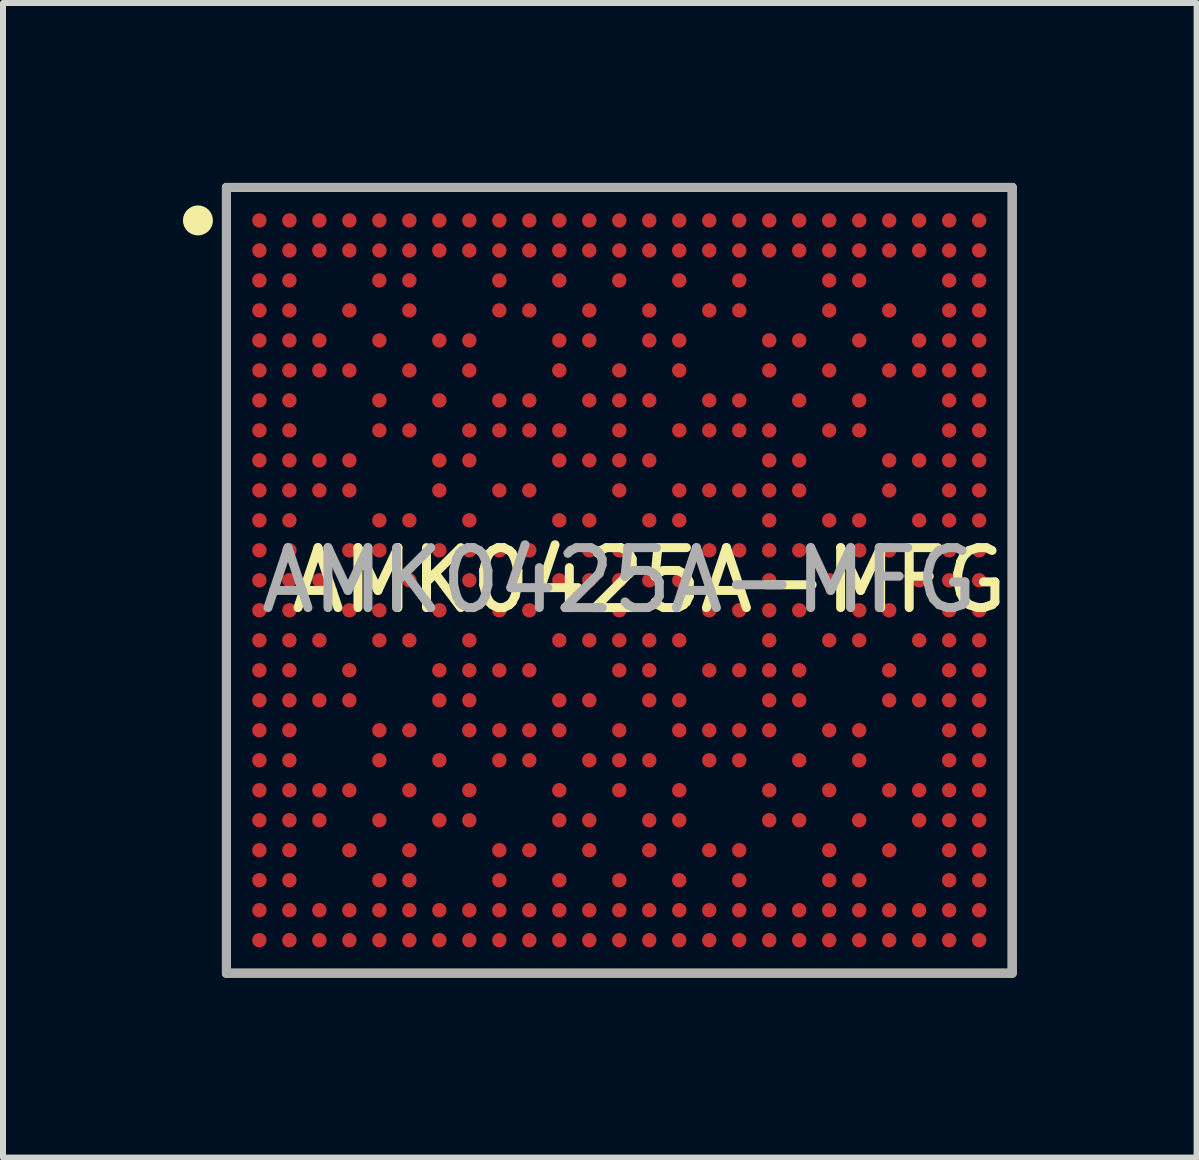
<source format=kicad_pcb>
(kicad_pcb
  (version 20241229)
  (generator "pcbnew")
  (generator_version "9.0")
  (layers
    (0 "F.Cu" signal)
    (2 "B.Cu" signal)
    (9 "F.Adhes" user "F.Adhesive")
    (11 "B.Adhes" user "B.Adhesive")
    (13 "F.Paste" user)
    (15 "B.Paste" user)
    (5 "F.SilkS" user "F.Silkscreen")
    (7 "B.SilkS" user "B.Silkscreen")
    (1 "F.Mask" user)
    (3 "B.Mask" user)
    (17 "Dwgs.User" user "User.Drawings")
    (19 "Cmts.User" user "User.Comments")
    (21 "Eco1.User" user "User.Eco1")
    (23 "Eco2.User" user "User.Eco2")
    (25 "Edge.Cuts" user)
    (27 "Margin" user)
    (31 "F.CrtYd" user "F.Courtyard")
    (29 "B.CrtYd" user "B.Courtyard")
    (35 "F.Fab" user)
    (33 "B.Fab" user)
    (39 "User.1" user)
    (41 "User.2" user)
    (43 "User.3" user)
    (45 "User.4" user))
  (footprint "AMK0425A-MFG"
    (layer "F.Cu")
    (at 7.275 6.625)
    (property "Reference" "AMK0425A-MFG" (at 0.5 0 0) (unlocked yes) (layer "F.SilkS") (effects (font (size 1 1) (thickness 0.15))))
    (attr smd)
    (fp_line (start -6.55 -6.55) (end 6.55 -6.55) (stroke (width 0.15) (type solid)) (layer "F.SilkS"))
    (fp_line (start -6.55 6.55) (end -6.55 -6.55) (stroke (width 0.15) (type solid)) (layer "F.SilkS"))
    (fp_line (start -6.55 6.55) (end 6.55 6.55) (stroke (width 0.15) (type solid)) (layer "F.SilkS"))
    (fp_line (start 6.55 6.55) (end 6.55 -6.55) (stroke (width 0.15) (type solid)) (layer "F.SilkS"))
    (fp_circle (center -7.025 -6) (end -6.9 -6) (stroke (width 0.25) (type solid)) (fill no) (layer "F.SilkS"))
    (fp_line (start -6.55 -6.55) (end 6.55 -6.55) (stroke (width 0.15) (type solid)) (layer "F.Fab"))
    (fp_line (start -6.55 6.55) (end -6.55 -6.55) (stroke (width 0.15) (type solid)) (layer "F.Fab"))
    (fp_line (start -6.55 6.55) (end 6.55 6.55) (stroke (width 0.15) (type solid)) (layer "F.Fab"))
    (fp_line (start 6.55 6.55) (end 6.55 -6.55) (stroke (width 0.15) (type solid)) (layer "F.Fab"))
    (fp_text user "${REFERENCE}" (at 0 0 0) (unlocked yes) (layer "F.Fab") (effects (font (size 1 1) (thickness 0.15))))
    (pad "A1" smd circle (at -6 -6) (size 0.24 0.24) (layers "F.Cu" "F.Mask" "F.Paste"))
    (pad "A2" smd circle (at -5.5 -6) (size 0.24 0.24) (layers "F.Cu" "F.Mask" "F.Paste"))
    (pad "A3" smd circle (at -5 -6) (size 0.24 0.24) (layers "F.Cu" "F.Mask" "F.Paste"))
    (pad "A4" smd circle (at -4.5 -6) (size 0.24 0.24) (layers "F.Cu" "F.Mask" "F.Paste"))
    (pad "A5" smd circle (at -4 -6) (size 0.24 0.24) (layers "F.Cu" "F.Mask" "F.Paste"))
    (pad "A6" smd circle (at -3.5 -6) (size 0.24 0.24) (layers "F.Cu" "F.Mask" "F.Paste"))
    (pad "A7" smd circle (at -3 -6) (size 0.24 0.24) (layers "F.Cu" "F.Mask" "F.Paste"))
    (pad "A8" smd circle (at -2.5 -6) (size 0.24 0.24) (layers "F.Cu" "F.Mask" "F.Paste"))
    (pad "A9" smd circle (at -2 -6) (size 0.24 0.24) (layers "F.Cu" "F.Mask" "F.Paste"))
    (pad "A10" smd circle (at -1.5 -6) (size 0.24 0.24) (layers "F.Cu" "F.Mask" "F.Paste"))
    (pad "A11" smd circle (at -1 -6) (size 0.24 0.24) (layers "F.Cu" "F.Mask" "F.Paste"))
    (pad "A12" smd circle (at -0.5 -6) (size 0.24 0.24) (layers "F.Cu" "F.Mask" "F.Paste"))
    (pad "A13" smd circle (at 0 -6) (size 0.24 0.24) (layers "F.Cu" "F.Mask" "F.Paste"))
    (pad "A14" smd circle (at 0.5 -6) (size 0.24 0.24) (layers "F.Cu" "F.Mask" "F.Paste"))
    (pad "A15" smd circle (at 1 -6) (size 0.24 0.24) (layers "F.Cu" "F.Mask" "F.Paste"))
    (pad "A16" smd circle (at 1.5 -6) (size 0.24 0.24) (layers "F.Cu" "F.Mask" "F.Paste"))
    (pad "A17" smd circle (at 2 -6) (size 0.24 0.24) (layers "F.Cu" "F.Mask" "F.Paste"))
    (pad "A18" smd circle (at 2.5 -6) (size 0.24 0.24) (layers "F.Cu" "F.Mask" "F.Paste"))
    (pad "A19" smd circle (at 3 -6) (size 0.24 0.24) (layers "F.Cu" "F.Mask" "F.Paste"))
    (pad "A20" smd circle (at 3.5 -6) (size 0.24 0.24) (layers "F.Cu" "F.Mask" "F.Paste"))
    (pad "A21" smd circle (at 4 -6) (size 0.24 0.24) (layers "F.Cu" "F.Mask" "F.Paste"))
    (pad "A22" smd circle (at 4.5 -6) (size 0.24 0.24) (layers "F.Cu" "F.Mask" "F.Paste"))
    (pad "A23" smd circle (at 5 -6) (size 0.24 0.24) (layers "F.Cu" "F.Mask" "F.Paste"))
    (pad "A24" smd circle (at 5.5 -6) (size 0.24 0.24) (layers "F.Cu" "F.Mask" "F.Paste"))
    (pad "A25" smd circle (at 6 -6) (size 0.24 0.24) (layers "F.Cu" "F.Mask" "F.Paste"))
    (pad "AA1" smd circle (at -6 4) (size 0.24 0.24) (layers "F.Cu" "F.Mask" "F.Paste"))
    (pad "AA2" smd circle (at -5.5 4) (size 0.24 0.24) (layers "F.Cu" "F.Mask" "F.Paste"))
    (pad "AA3" smd circle (at -5 4) (size 0.24 0.24) (layers "F.Cu" "F.Mask" "F.Paste"))
    (pad "AA5" smd circle (at -4 4) (size 0.24 0.24) (layers "F.Cu" "F.Mask" "F.Paste"))
    (pad "AA7" smd circle (at -3 4) (size 0.24 0.24) (layers "F.Cu" "F.Mask" "F.Paste"))
    (pad "AA8" smd circle (at -2.5 4) (size 0.24 0.24) (layers "F.Cu" "F.Mask" "F.Paste"))
    (pad "AA11" smd circle (at -1 4) (size 0.24 0.24) (layers "F.Cu" "F.Mask" "F.Paste"))
    (pad "AA12" smd circle (at -0.5 4) (size 0.24 0.24) (layers "F.Cu" "F.Mask" "F.Paste"))
    (pad "AA14" smd circle (at 0.5 4) (size 0.24 0.24) (layers "F.Cu" "F.Mask" "F.Paste"))
    (pad "AA15" smd circle (at 1 4) (size 0.24 0.24) (layers "F.Cu" "F.Mask" "F.Paste"))
    (pad "AA18" smd circle (at 2.5 4) (size 0.24 0.24) (layers "F.Cu" "F.Mask" "F.Paste"))
    (pad "AA19" smd circle (at 3 4) (size 0.24 0.24) (layers "F.Cu" "F.Mask" "F.Paste"))
    (pad "AA21" smd circle (at 4 4) (size 0.24 0.24) (layers "F.Cu" "F.Mask" "F.Paste"))
    (pad "AA23" smd circle (at 5 4) (size 0.24 0.24) (layers "F.Cu" "F.Mask" "F.Paste"))
    (pad "AA24" smd circle (at 5.5 4) (size 0.24 0.24) (layers "F.Cu" "F.Mask" "F.Paste"))
    (pad "AA25" smd circle (at 6 4) (size 0.24 0.24) (layers "F.Cu" "F.Mask" "F.Paste"))
    (pad "AB1" smd circle (at -6 4.5) (size 0.24 0.24) (layers "F.Cu" "F.Mask" "F.Paste"))
    (pad "AB2" smd circle (at -5.5 4.5) (size 0.24 0.24) (layers "F.Cu" "F.Mask" "F.Paste"))
    (pad "AB4" smd circle (at -4.5 4.5) (size 0.24 0.24) (layers "F.Cu" "F.Mask" "F.Paste"))
    (pad "AB6" smd circle (at -3.5 4.5) (size 0.24 0.24) (layers "F.Cu" "F.Mask" "F.Paste"))
    (pad "AB9" smd circle (at -2 4.5) (size 0.24 0.24) (layers "F.Cu" "F.Mask" "F.Paste"))
    (pad "AB10" smd circle (at -1.5 4.5) (size 0.24 0.24) (layers "F.Cu" "F.Mask" "F.Paste"))
    (pad "AB12" smd circle (at -0.5 4.5) (size 0.24 0.24) (layers "F.Cu" "F.Mask" "F.Paste"))
    (pad "AB14" smd circle (at 0.5 4.5) (size 0.24 0.24) (layers "F.Cu" "F.Mask" "F.Paste"))
    (pad "AB16" smd circle (at 1.5 4.5) (size 0.24 0.24) (layers "F.Cu" "F.Mask" "F.Paste"))
    (pad "AB17" smd circle (at 2 4.5) (size 0.24 0.24) (layers "F.Cu" "F.Mask" "F.Paste"))
    (pad "AB20" smd circle (at 3.5 4.5) (size 0.24 0.24) (layers "F.Cu" "F.Mask" "F.Paste"))
    (pad "AB22" smd circle (at 4.5 4.5) (size 0.24 0.24) (layers "F.Cu" "F.Mask" "F.Paste"))
    (pad "AB24" smd circle (at 5.5 4.5) (size 0.24 0.24) (layers "F.Cu" "F.Mask" "F.Paste"))
    (pad "AB25" smd circle (at 6 4.5) (size 0.24 0.24) (layers "F.Cu" "F.Mask" "F.Paste"))
    (pad "AC1" smd circle (at -6 5) (size 0.24 0.24) (layers "F.Cu" "F.Mask" "F.Paste"))
    (pad "AC2" smd circle (at -5.5 5) (size 0.24 0.24) (layers "F.Cu" "F.Mask" "F.Paste"))
    (pad "AC5" smd circle (at -4 5) (size 0.24 0.24) (layers "F.Cu" "F.Mask" "F.Paste"))
    (pad "AC6" smd circle (at -3.5 5) (size 0.24 0.24) (layers "F.Cu" "F.Mask" "F.Paste"))
    (pad "AC9" smd circle (at -2 5) (size 0.24 0.24) (layers "F.Cu" "F.Mask" "F.Paste"))
    (pad "AC11" smd circle (at -1 5) (size 0.24 0.24) (layers "F.Cu" "F.Mask" "F.Paste"))
    (pad "AC13" smd circle (at 0 5) (size 0.24 0.24) (layers "F.Cu" "F.Mask" "F.Paste"))
    (pad "AC15" smd circle (at 1 5) (size 0.24 0.24) (layers "F.Cu" "F.Mask" "F.Paste"))
    (pad "AC17" smd circle (at 2 5) (size 0.24 0.24) (layers "F.Cu" "F.Mask" "F.Paste"))
    (pad "AC20" smd circle (at 3.5 5) (size 0.24 0.24) (layers "F.Cu" "F.Mask" "F.Paste"))
    (pad "AC21" smd circle (at 4 5) (size 0.24 0.24) (layers "F.Cu" "F.Mask" "F.Paste"))
    (pad "AC24" smd circle (at 5.5 5) (size 0.24 0.24) (layers "F.Cu" "F.Mask" "F.Paste"))
    (pad "AC25" smd circle (at 6 5) (size 0.24 0.24) (layers "F.Cu" "F.Mask" "F.Paste"))
    (pad "AD1" smd circle (at -6 5.5) (size 0.24 0.24) (layers "F.Cu" "F.Mask" "F.Paste"))
    (pad "AD2" smd circle (at -5.5 5.5) (size 0.24 0.24) (layers "F.Cu" "F.Mask" "F.Paste"))
    (pad "AD3" smd circle (at -5 5.5) (size 0.24 0.24) (layers "F.Cu" "F.Mask" "F.Paste"))
    (pad "AD4" smd circle (at -4.5 5.5) (size 0.24 0.24) (layers "F.Cu" "F.Mask" "F.Paste"))
    (pad "AD5" smd circle (at -4 5.5) (size 0.24 0.24) (layers "F.Cu" "F.Mask" "F.Paste"))
    (pad "AD6" smd circle (at -3.5 5.5) (size 0.24 0.24) (layers "F.Cu" "F.Mask" "F.Paste"))
    (pad "AD7" smd circle (at -3 5.5) (size 0.24 0.24) (layers "F.Cu" "F.Mask" "F.Paste"))
    (pad "AD8" smd circle (at -2.5 5.5) (size 0.24 0.24) (layers "F.Cu" "F.Mask" "F.Paste"))
    (pad "AD9" smd circle (at -2 5.5) (size 0.24 0.24) (layers "F.Cu" "F.Mask" "F.Paste"))
    (pad "AD10" smd circle (at -1.5 5.5) (size 0.24 0.24) (layers "F.Cu" "F.Mask" "F.Paste"))
    (pad "AD11" smd circle (at -1 5.5) (size 0.24 0.24) (layers "F.Cu" "F.Mask" "F.Paste"))
    (pad "AD12" smd circle (at -0.5 5.5) (size 0.24 0.24) (layers "F.Cu" "F.Mask" "F.Paste"))
    (pad "AD13" smd circle (at 0 5.5) (size 0.24 0.24) (layers "F.Cu" "F.Mask" "F.Paste"))
    (pad "AD14" smd circle (at 0.5 5.5) (size 0.24 0.24) (layers "F.Cu" "F.Mask" "F.Paste"))
    (pad "AD15" smd circle (at 1 5.5) (size 0.24 0.24) (layers "F.Cu" "F.Mask" "F.Paste"))
    (pad "AD16" smd circle (at 1.5 5.5) (size 0.24 0.24) (layers "F.Cu" "F.Mask" "F.Paste"))
    (pad "AD17" smd circle (at 2 5.5) (size 0.24 0.24) (layers "F.Cu" "F.Mask" "F.Paste"))
    (pad "AD18" smd circle (at 2.5 5.5) (size 0.24 0.24) (layers "F.Cu" "F.Mask" "F.Paste"))
    (pad "AD19" smd circle (at 3 5.5) (size 0.24 0.24) (layers "F.Cu" "F.Mask" "F.Paste"))
    (pad "AD20" smd circle (at 3.5 5.5) (size 0.24 0.24) (layers "F.Cu" "F.Mask" "F.Paste"))
    (pad "AD21" smd circle (at 4 5.5) (size 0.24 0.24) (layers "F.Cu" "F.Mask" "F.Paste"))
    (pad "AD22" smd circle (at 4.5 5.5) (size 0.24 0.24) (layers "F.Cu" "F.Mask" "F.Paste"))
    (pad "AD23" smd circle (at 5 5.5) (size 0.24 0.24) (layers "F.Cu" "F.Mask" "F.Paste"))
    (pad "AD24" smd circle (at 5.5 5.5) (size 0.24 0.24) (layers "F.Cu" "F.Mask" "F.Paste"))
    (pad "AD25" smd circle (at 6 5.5) (size 0.24 0.24) (layers "F.Cu" "F.Mask" "F.Paste"))
    (pad "AE1" smd circle (at -6 6) (size 0.24 0.24) (layers "F.Cu" "F.Mask" "F.Paste"))
    (pad "AE2" smd circle (at -5.5 6) (size 0.24 0.24) (layers "F.Cu" "F.Mask" "F.Paste"))
    (pad "AE3" smd circle (at -5 6) (size 0.24 0.24) (layers "F.Cu" "F.Mask" "F.Paste"))
    (pad "AE4" smd circle (at -4.5 6) (size 0.24 0.24) (layers "F.Cu" "F.Mask" "F.Paste"))
    (pad "AE5" smd circle (at -4 6) (size 0.24 0.24) (layers "F.Cu" "F.Mask" "F.Paste"))
    (pad "AE6" smd circle (at -3.5 6) (size 0.24 0.24) (layers "F.Cu" "F.Mask" "F.Paste"))
    (pad "AE7" smd circle (at -3 6) (size 0.24 0.24) (layers "F.Cu" "F.Mask" "F.Paste"))
    (pad "AE8" smd circle (at -2.5 6) (size 0.24 0.24) (layers "F.Cu" "F.Mask" "F.Paste"))
    (pad "AE9" smd circle (at -2 6) (size 0.24 0.24) (layers "F.Cu" "F.Mask" "F.Paste"))
    (pad "AE10" smd circle (at -1.5 6) (size 0.24 0.24) (layers "F.Cu" "F.Mask" "F.Paste"))
    (pad "AE11" smd circle (at -1 6) (size 0.24 0.24) (layers "F.Cu" "F.Mask" "F.Paste"))
    (pad "AE12" smd circle (at -0.5 6) (size 0.24 0.24) (layers "F.Cu" "F.Mask" "F.Paste"))
    (pad "AE13" smd circle (at 0 6) (size 0.24 0.24) (layers "F.Cu" "F.Mask" "F.Paste"))
    (pad "AE14" smd circle (at 0.5 6) (size 0.24 0.24) (layers "F.Cu" "F.Mask" "F.Paste"))
    (pad "AE15" smd circle (at 1 6) (size 0.24 0.24) (layers "F.Cu" "F.Mask" "F.Paste"))
    (pad "AE16" smd circle (at 1.5 6) (size 0.24 0.24) (layers "F.Cu" "F.Mask" "F.Paste"))
    (pad "AE17" smd circle (at 2 6) (size 0.24 0.24) (layers "F.Cu" "F.Mask" "F.Paste"))
    (pad "AE18" smd circle (at 2.5 6) (size 0.24 0.24) (layers "F.Cu" "F.Mask" "F.Paste"))
    (pad "AE19" smd circle (at 3 6) (size 0.24 0.24) (layers "F.Cu" "F.Mask" "F.Paste"))
    (pad "AE20" smd circle (at 3.5 6) (size 0.24 0.24) (layers "F.Cu" "F.Mask" "F.Paste"))
    (pad "AE21" smd circle (at 4 6) (size 0.24 0.24) (layers "F.Cu" "F.Mask" "F.Paste"))
    (pad "AE22" smd circle (at 4.5 6) (size 0.24 0.24) (layers "F.Cu" "F.Mask" "F.Paste"))
    (pad "AE23" smd circle (at 5 6) (size 0.24 0.24) (layers "F.Cu" "F.Mask" "F.Paste"))
    (pad "AE24" smd circle (at 5.5 6) (size 0.24 0.24) (layers "F.Cu" "F.Mask" "F.Paste"))
    (pad "AE25" smd circle (at 6 6) (size 0.24 0.24) (layers "F.Cu" "F.Mask" "F.Paste"))
    (pad "B1" smd circle (at -6 -5.5) (size 0.24 0.24) (layers "F.Cu" "F.Mask" "F.Paste"))
    (pad "B2" smd circle (at -5.5 -5.5) (size 0.24 0.24) (layers "F.Cu" "F.Mask" "F.Paste"))
    (pad "B3" smd circle (at -5 -5.5) (size 0.24 0.24) (layers "F.Cu" "F.Mask" "F.Paste"))
    (pad "B4" smd circle (at -4.5 -5.5) (size 0.24 0.24) (layers "F.Cu" "F.Mask" "F.Paste"))
    (pad "B5" smd circle (at -4 -5.5) (size 0.24 0.24) (layers "F.Cu" "F.Mask" "F.Paste"))
    (pad "B6" smd circle (at -3.5 -5.5) (size 0.24 0.24) (layers "F.Cu" "F.Mask" "F.Paste"))
    (pad "B7" smd circle (at -3 -5.5) (size 0.24 0.24) (layers "F.Cu" "F.Mask" "F.Paste"))
    (pad "B8" smd circle (at -2.5 -5.5) (size 0.24 0.24) (layers "F.Cu" "F.Mask" "F.Paste"))
    (pad "B9" smd circle (at -2 -5.5) (size 0.24 0.24) (layers "F.Cu" "F.Mask" "F.Paste"))
    (pad "B10" smd circle (at -1.5 -5.5) (size 0.24 0.24) (layers "F.Cu" "F.Mask" "F.Paste"))
    (pad "B11" smd circle (at -1 -5.5) (size 0.24 0.24) (layers "F.Cu" "F.Mask" "F.Paste"))
    (pad "B12" smd circle (at -0.5 -5.5) (size 0.24 0.24) (layers "F.Cu" "F.Mask" "F.Paste"))
    (pad "B13" smd circle (at 0 -5.5) (size 0.24 0.24) (layers "F.Cu" "F.Mask" "F.Paste"))
    (pad "B14" smd circle (at 0.5 -5.5) (size 0.24 0.24) (layers "F.Cu" "F.Mask" "F.Paste"))
    (pad "B15" smd circle (at 1 -5.5) (size 0.24 0.24) (layers "F.Cu" "F.Mask" "F.Paste"))
    (pad "B16" smd circle (at 1.5 -5.5) (size 0.24 0.24) (layers "F.Cu" "F.Mask" "F.Paste"))
    (pad "B17" smd circle (at 2 -5.5) (size 0.24 0.24) (layers "F.Cu" "F.Mask" "F.Paste"))
    (pad "B18" smd circle (at 2.5 -5.5) (size 0.24 0.24) (layers "F.Cu" "F.Mask" "F.Paste"))
    (pad "B19" smd circle (at 3 -5.5) (size 0.24 0.24) (layers "F.Cu" "F.Mask" "F.Paste"))
    (pad "B20" smd circle (at 3.5 -5.5) (size 0.24 0.24) (layers "F.Cu" "F.Mask" "F.Paste"))
    (pad "B21" smd circle (at 4 -5.5) (size 0.24 0.24) (layers "F.Cu" "F.Mask" "F.Paste"))
    (pad "B22" smd circle (at 4.5 -5.5) (size 0.24 0.24) (layers "F.Cu" "F.Mask" "F.Paste"))
    (pad "B23" smd circle (at 5 -5.5) (size 0.24 0.24) (layers "F.Cu" "F.Mask" "F.Paste"))
    (pad "B24" smd circle (at 5.5 -5.5) (size 0.24 0.24) (layers "F.Cu" "F.Mask" "F.Paste"))
    (pad "B25" smd circle (at 6 -5.5) (size 0.24 0.24) (layers "F.Cu" "F.Mask" "F.Paste"))
    (pad "C1" smd circle (at -6 -5) (size 0.24 0.24) (layers "F.Cu" "F.Mask" "F.Paste"))
    (pad "C2" smd circle (at -5.5 -5) (size 0.24 0.24) (layers "F.Cu" "F.Mask" "F.Paste"))
    (pad "C5" smd circle (at -4 -5) (size 0.24 0.24) (layers "F.Cu" "F.Mask" "F.Paste"))
    (pad "C6" smd circle (at -3.5 -5) (size 0.24 0.24) (layers "F.Cu" "F.Mask" "F.Paste"))
    (pad "C9" smd circle (at -2 -5) (size 0.24 0.24) (layers "F.Cu" "F.Mask" "F.Paste"))
    (pad "C11" smd circle (at -1 -5) (size 0.24 0.24) (layers "F.Cu" "F.Mask" "F.Paste"))
    (pad "C13" smd circle (at 0 -5) (size 0.24 0.24) (layers "F.Cu" "F.Mask" "F.Paste"))
    (pad "C15" smd circle (at 1 -5) (size 0.24 0.24) (layers "F.Cu" "F.Mask" "F.Paste"))
    (pad "C17" smd circle (at 2 -5) (size 0.24 0.24) (layers "F.Cu" "F.Mask" "F.Paste"))
    (pad "C20" smd circle (at 3.5 -5) (size 0.24 0.24) (layers "F.Cu" "F.Mask" "F.Paste"))
    (pad "C21" smd circle (at 4 -5) (size 0.24 0.24) (layers "F.Cu" "F.Mask" "F.Paste"))
    (pad "C24" smd circle (at 5.5 -5) (size 0.24 0.24) (layers "F.Cu" "F.Mask" "F.Paste"))
    (pad "C25" smd circle (at 6 -5) (size 0.24 0.24) (layers "F.Cu" "F.Mask" "F.Paste"))
    (pad "D1" smd circle (at -6 -4.5) (size 0.24 0.24) (layers "F.Cu" "F.Mask" "F.Paste"))
    (pad "D2" smd circle (at -5.5 -4.5) (size 0.24 0.24) (layers "F.Cu" "F.Mask" "F.Paste"))
    (pad "D4" smd circle (at -4.5 -4.5) (size 0.24 0.24) (layers "F.Cu" "F.Mask" "F.Paste"))
    (pad "D6" smd circle (at -3.5 -4.5) (size 0.24 0.24) (layers "F.Cu" "F.Mask" "F.Paste"))
    (pad "D9" smd circle (at -2 -4.5) (size 0.24 0.24) (layers "F.Cu" "F.Mask" "F.Paste"))
    (pad "D10" smd circle (at -1.5 -4.5) (size 0.24 0.24) (layers "F.Cu" "F.Mask" "F.Paste"))
    (pad "D12" smd circle (at -0.5 -4.5) (size 0.24 0.24) (layers "F.Cu" "F.Mask" "F.Paste"))
    (pad "D14" smd circle (at 0.5 -4.5) (size 0.24 0.24) (layers "F.Cu" "F.Mask" "F.Paste"))
    (pad "D16" smd circle (at 1.5 -4.5) (size 0.24 0.24) (layers "F.Cu" "F.Mask" "F.Paste"))
    (pad "D17" smd circle (at 2 -4.5) (size 0.24 0.24) (layers "F.Cu" "F.Mask" "F.Paste"))
    (pad "D20" smd circle (at 3.5 -4.5) (size 0.24 0.24) (layers "F.Cu" "F.Mask" "F.Paste"))
    (pad "D22" smd circle (at 4.5 -4.5) (size 0.24 0.24) (layers "F.Cu" "F.Mask" "F.Paste"))
    (pad "D24" smd circle (at 5.5 -4.5) (size 0.24 0.24) (layers "F.Cu" "F.Mask" "F.Paste"))
    (pad "D25" smd circle (at 6 -4.5) (size 0.24 0.24) (layers "F.Cu" "F.Mask" "F.Paste"))
    (pad "E1" smd circle (at -6 -4) (size 0.24 0.24) (layers "F.Cu" "F.Mask" "F.Paste"))
    (pad "E2" smd circle (at -5.5 -4) (size 0.24 0.24) (layers "F.Cu" "F.Mask" "F.Paste"))
    (pad "E3" smd circle (at -5 -4) (size 0.24 0.24) (layers "F.Cu" "F.Mask" "F.Paste"))
    (pad "E5" smd circle (at -4 -4) (size 0.24 0.24) (layers "F.Cu" "F.Mask" "F.Paste"))
    (pad "E7" smd circle (at -3 -4) (size 0.24 0.24) (layers "F.Cu" "F.Mask" "F.Paste"))
    (pad "E8" smd circle (at -2.5 -4) (size 0.24 0.24) (layers "F.Cu" "F.Mask" "F.Paste"))
    (pad "E11" smd circle (at -1 -4) (size 0.24 0.24) (layers "F.Cu" "F.Mask" "F.Paste"))
    (pad "E12" smd circle (at -0.5 -4) (size 0.24 0.24) (layers "F.Cu" "F.Mask" "F.Paste"))
    (pad "E14" smd circle (at 0.5 -4) (size 0.24 0.24) (layers "F.Cu" "F.Mask" "F.Paste"))
    (pad "E15" smd circle (at 1 -4) (size 0.24 0.24) (layers "F.Cu" "F.Mask" "F.Paste"))
    (pad "E18" smd circle (at 2.5 -4) (size 0.24 0.24) (layers "F.Cu" "F.Mask" "F.Paste"))
    (pad "E19" smd circle (at 3 -4) (size 0.24 0.24) (layers "F.Cu" "F.Mask" "F.Paste"))
    (pad "E21" smd circle (at 4 -4) (size 0.24 0.24) (layers "F.Cu" "F.Mask" "F.Paste"))
    (pad "E23" smd circle (at 5 -4) (size 0.24 0.24) (layers "F.Cu" "F.Mask" "F.Paste"))
    (pad "E24" smd circle (at 5.5 -4) (size 0.24 0.24) (layers "F.Cu" "F.Mask" "F.Paste"))
    (pad "E25" smd circle (at 6 -4) (size 0.24 0.24) (layers "F.Cu" "F.Mask" "F.Paste"))
    (pad "F1" smd circle (at -6 -3.5) (size 0.24 0.24) (layers "F.Cu" "F.Mask" "F.Paste"))
    (pad "F2" smd circle (at -5.5 -3.5) (size 0.24 0.24) (layers "F.Cu" "F.Mask" "F.Paste"))
    (pad "F3" smd circle (at -5 -3.5) (size 0.24 0.24) (layers "F.Cu" "F.Mask" "F.Paste"))
    (pad "F4" smd circle (at -4.5 -3.5) (size 0.24 0.24) (layers "F.Cu" "F.Mask" "F.Paste"))
    (pad "F6" smd circle (at -3.5 -3.5) (size 0.24 0.24) (layers "F.Cu" "F.Mask" "F.Paste"))
    (pad "F8" smd circle (at -2.5 -3.5) (size 0.24 0.24) (layers "F.Cu" "F.Mask" "F.Paste"))
    (pad "F11" smd circle (at -1 -3.5) (size 0.24 0.24) (layers "F.Cu" "F.Mask" "F.Paste"))
    (pad "F13" smd circle (at 0 -3.5) (size 0.24 0.24) (layers "F.Cu" "F.Mask" "F.Paste"))
    (pad "F15" smd circle (at 1 -3.5) (size 0.24 0.24) (layers "F.Cu" "F.Mask" "F.Paste"))
    (pad "F18" smd circle (at 2.5 -3.5) (size 0.24 0.24) (layers "F.Cu" "F.Mask" "F.Paste"))
    (pad "F20" smd circle (at 3.5 -3.5) (size 0.24 0.24) (layers "F.Cu" "F.Mask" "F.Paste"))
    (pad "F22" smd circle (at 4.5 -3.5) (size 0.24 0.24) (layers "F.Cu" "F.Mask" "F.Paste"))
    (pad "F23" smd circle (at 5 -3.5) (size 0.24 0.24) (layers "F.Cu" "F.Mask" "F.Paste"))
    (pad "F24" smd circle (at 5.5 -3.5) (size 0.24 0.24) (layers "F.Cu" "F.Mask" "F.Paste"))
    (pad "F25" smd circle (at 6 -3.5) (size 0.24 0.24) (layers "F.Cu" "F.Mask" "F.Paste"))
    (pad "G1" smd circle (at -6 -3) (size 0.24 0.24) (layers "F.Cu" "F.Mask" "F.Paste"))
    (pad "G2" smd circle (at -5.5 -3) (size 0.24 0.24) (layers "F.Cu" "F.Mask" "F.Paste"))
    (pad "G5" smd circle (at -4 -3) (size 0.24 0.24) (layers "F.Cu" "F.Mask" "F.Paste"))
    (pad "G7" smd circle (at -3 -3) (size 0.24 0.24) (layers "F.Cu" "F.Mask" "F.Paste"))
    (pad "G9" smd circle (at -2 -3) (size 0.24 0.24) (layers "F.Cu" "F.Mask" "F.Paste"))
    (pad "G10" smd circle (at -1.5 -3) (size 0.24 0.24) (layers "F.Cu" "F.Mask" "F.Paste"))
    (pad "G12" smd circle (at -0.5 -3) (size 0.24 0.24) (layers "F.Cu" "F.Mask" "F.Paste"))
    (pad "G13" smd circle (at 0 -3) (size 0.24 0.24) (layers "F.Cu" "F.Mask" "F.Paste"))
    (pad "G14" smd circle (at 0.5 -3) (size 0.24 0.24) (layers "F.Cu" "F.Mask" "F.Paste"))
    (pad "G16" smd circle (at 1.5 -3) (size 0.24 0.24) (layers "F.Cu" "F.Mask" "F.Paste"))
    (pad "G17" smd circle (at 2 -3) (size 0.24 0.24) (layers "F.Cu" "F.Mask" "F.Paste"))
    (pad "G19" smd circle (at 3 -3) (size 0.24 0.24) (layers "F.Cu" "F.Mask" "F.Paste"))
    (pad "G21" smd circle (at 4 -3) (size 0.24 0.24) (layers "F.Cu" "F.Mask" "F.Paste"))
    (pad "G24" smd circle (at 5.5 -3) (size 0.24 0.24) (layers "F.Cu" "F.Mask" "F.Paste"))
    (pad "G25" smd circle (at 6 -3) (size 0.24 0.24) (layers "F.Cu" "F.Mask" "F.Paste"))
    (pad "H1" smd circle (at -6 -2.5) (size 0.24 0.24) (layers "F.Cu" "F.Mask" "F.Paste"))
    (pad "H2" smd circle (at -5.5 -2.5) (size 0.24 0.24) (layers "F.Cu" "F.Mask" "F.Paste"))
    (pad "H5" smd circle (at -4 -2.5) (size 0.24 0.24) (layers "F.Cu" "F.Mask" "F.Paste"))
    (pad "H6" smd circle (at -3.5 -2.5) (size 0.24 0.24) (layers "F.Cu" "F.Mask" "F.Paste"))
    (pad "H8" smd circle (at -2.5 -2.5) (size 0.24 0.24) (layers "F.Cu" "F.Mask" "F.Paste"))
    (pad "H9" smd circle (at -2 -2.5) (size 0.24 0.24) (layers "F.Cu" "F.Mask" "F.Paste"))
    (pad "H10" smd circle (at -1.5 -2.5) (size 0.24 0.24) (layers "F.Cu" "F.Mask" "F.Paste"))
    (pad "H11" smd circle (at -1 -2.5) (size 0.24 0.24) (layers "F.Cu" "F.Mask" "F.Paste"))
    (pad "H13" smd circle (at 0 -2.5) (size 0.24 0.24) (layers "F.Cu" "F.Mask" "F.Paste"))
    (pad "H15" smd circle (at 1 -2.5) (size 0.24 0.24) (layers "F.Cu" "F.Mask" "F.Paste"))
    (pad "H16" smd circle (at 1.5 -2.5) (size 0.24 0.24) (layers "F.Cu" "F.Mask" "F.Paste"))
    (pad "H17" smd circle (at 2 -2.5) (size 0.24 0.24) (layers "F.Cu" "F.Mask" "F.Paste"))
    (pad "H18" smd circle (at 2.5 -2.5) (size 0.24 0.24) (layers "F.Cu" "F.Mask" "F.Paste"))
    (pad "H20" smd circle (at 3.5 -2.5) (size 0.24 0.24) (layers "F.Cu" "F.Mask" "F.Paste"))
    (pad "H21" smd circle (at 4 -2.5) (size 0.24 0.24) (layers "F.Cu" "F.Mask" "F.Paste"))
    (pad "H24" smd circle (at 5.5 -2.5) (size 0.24 0.24) (layers "F.Cu" "F.Mask" "F.Paste"))
    (pad "H25" smd circle (at 6 -2.5) (size 0.24 0.24) (layers "F.Cu" "F.Mask" "F.Paste"))
    (pad "J1" smd circle (at -6 -2) (size 0.24 0.24) (layers "F.Cu" "F.Mask" "F.Paste"))
    (pad "J2" smd circle (at -5.5 -2) (size 0.24 0.24) (layers "F.Cu" "F.Mask" "F.Paste"))
    (pad "J3" smd circle (at -5 -2) (size 0.24 0.24) (layers "F.Cu" "F.Mask" "F.Paste"))
    (pad "J4" smd circle (at -4.5 -2) (size 0.24 0.24) (layers "F.Cu" "F.Mask" "F.Paste"))
    (pad "J7" smd circle (at -3 -2) (size 0.24 0.24) (layers "F.Cu" "F.Mask" "F.Paste"))
    (pad "J8" smd circle (at -2.5 -2) (size 0.24 0.24) (layers "F.Cu" "F.Mask" "F.Paste"))
    (pad "J11" smd circle (at -1 -2) (size 0.24 0.24) (layers "F.Cu" "F.Mask" "F.Paste"))
    (pad "J12" smd circle (at -0.5 -2) (size 0.24 0.24) (layers "F.Cu" "F.Mask" "F.Paste"))
    (pad "J13" smd circle (at 0 -2) (size 0.24 0.24) (layers "F.Cu" "F.Mask" "F.Paste"))
    (pad "J14" smd circle (at 0.5 -2) (size 0.24 0.24) (layers "F.Cu" "F.Mask" "F.Paste"))
    (pad "J18" smd circle (at 2.5 -2) (size 0.24 0.24) (layers "F.Cu" "F.Mask" "F.Paste"))
    (pad "J19" smd circle (at 3 -2) (size 0.24 0.24) (layers "F.Cu" "F.Mask" "F.Paste"))
    (pad "J22" smd circle (at 4.5 -2) (size 0.24 0.24) (layers "F.Cu" "F.Mask" "F.Paste"))
    (pad "J23" smd circle (at 5 -2) (size 0.24 0.24) (layers "F.Cu" "F.Mask" "F.Paste"))
    (pad "J24" smd circle (at 5.5 -2) (size 0.24 0.24) (layers "F.Cu" "F.Mask" "F.Paste"))
    (pad "J25" smd circle (at 6 -2) (size 0.24 0.24) (layers "F.Cu" "F.Mask" "F.Paste"))
    (pad "K1" smd circle (at -6 -1.5) (size 0.24 0.24) (layers "F.Cu" "F.Mask" "F.Paste"))
    (pad "K2" smd circle (at -5.5 -1.5) (size 0.24 0.24) (layers "F.Cu" "F.Mask" "F.Paste"))
    (pad "K3" smd circle (at -5 -1.5) (size 0.24 0.24) (layers "F.Cu" "F.Mask" "F.Paste"))
    (pad "K4" smd circle (at -4.5 -1.5) (size 0.24 0.24) (layers "F.Cu" "F.Mask" "F.Paste"))
    (pad "K7" smd circle (at -3 -1.5) (size 0.24 0.24) (layers "F.Cu" "F.Mask" "F.Paste"))
    (pad "K9" smd circle (at -2 -1.5) (size 0.24 0.24) (layers "F.Cu" "F.Mask" "F.Paste"))
    (pad "K10" smd circle (at -1.5 -1.5) (size 0.24 0.24) (layers "F.Cu" "F.Mask" "F.Paste"))
    (pad "K13" smd circle (at 0 -1.5) (size 0.24 0.24) (layers "F.Cu" "F.Mask" "F.Paste"))
    (pad "K15" smd circle (at 1 -1.5) (size 0.24 0.24) (layers "F.Cu" "F.Mask" "F.Paste"))
    (pad "K16" smd circle (at 1.5 -1.5) (size 0.24 0.24) (layers "F.Cu" "F.Mask" "F.Paste"))
    (pad "K17" smd circle (at 2 -1.5) (size 0.24 0.24) (layers "F.Cu" "F.Mask" "F.Paste"))
    (pad "K18" smd circle (at 2.5 -1.5) (size 0.24 0.24) (layers "F.Cu" "F.Mask" "F.Paste"))
    (pad "K19" smd circle (at 3 -1.5) (size 0.24 0.24) (layers "F.Cu" "F.Mask" "F.Paste"))
    (pad "K22" smd circle (at 4.5 -1.5) (size 0.24 0.24) (layers "F.Cu" "F.Mask" "F.Paste"))
    (pad "K24" smd circle (at 5.5 -1.5) (size 0.24 0.24) (layers "F.Cu" "F.Mask" "F.Paste"))
    (pad "K25" smd circle (at 6 -1.5) (size 0.24 0.24) (layers "F.Cu" "F.Mask" "F.Paste"))
    (pad "L1" smd circle (at -6 -1) (size 0.24 0.24) (layers "F.Cu" "F.Mask" "F.Paste"))
    (pad "L2" smd circle (at -5.5 -1) (size 0.24 0.24) (layers "F.Cu" "F.Mask" "F.Paste"))
    (pad "L5" smd circle (at -4 -1) (size 0.24 0.24) (layers "F.Cu" "F.Mask" "F.Paste"))
    (pad "L6" smd circle (at -3.5 -1) (size 0.24 0.24) (layers "F.Cu" "F.Mask" "F.Paste"))
    (pad "L8" smd circle (at -2.5 -1) (size 0.24 0.24) (layers "F.Cu" "F.Mask" "F.Paste"))
    (pad "L11" smd circle (at -1 -1) (size 0.24 0.24) (layers "F.Cu" "F.Mask" "F.Paste"))
    (pad "L12" smd circle (at -0.5 -1) (size 0.24 0.24) (layers "F.Cu" "F.Mask" "F.Paste"))
    (pad "L14" smd circle (at 0.5 -1) (size 0.24 0.24) (layers "F.Cu" "F.Mask" "F.Paste"))
    (pad "L15" smd circle (at 1 -1) (size 0.24 0.24) (layers "F.Cu" "F.Mask" "F.Paste"))
    (pad "L18" smd circle (at 2.5 -1) (size 0.24 0.24) (layers "F.Cu" "F.Mask" "F.Paste"))
    (pad "L20" smd circle (at 3.5 -1) (size 0.24 0.24) (layers "F.Cu" "F.Mask" "F.Paste"))
    (pad "L21" smd circle (at 4 -1) (size 0.24 0.24) (layers "F.Cu" "F.Mask" "F.Paste"))
    (pad "L23" smd circle (at 5 -1) (size 0.24 0.24) (layers "F.Cu" "F.Mask" "F.Paste"))
    (pad "L24" smd circle (at 5.5 -1) (size 0.24 0.24) (layers "F.Cu" "F.Mask" "F.Paste"))
    (pad "L25" smd circle (at 6 -1) (size 0.24 0.24) (layers "F.Cu" "F.Mask" "F.Paste"))
    (pad "M1" smd circle (at -6 -0.5) (size 0.24 0.24) (layers "F.Cu" "F.Mask" "F.Paste"))
    (pad "M2" smd circle (at -5.5 -0.5) (size 0.24 0.24) (layers "F.Cu" "F.Mask" "F.Paste"))
    (pad "M4" smd circle (at -4.5 -0.5) (size 0.24 0.24) (layers "F.Cu" "F.Mask" "F.Paste"))
    (pad "M5" smd circle (at -4 -0.5) (size 0.24 0.24) (layers "F.Cu" "F.Mask" "F.Paste"))
    (pad "M7" smd circle (at -3 -0.5) (size 0.24 0.24) (layers "F.Cu" "F.Mask" "F.Paste"))
    (pad "M8" smd circle (at -2.5 -0.5) (size 0.24 0.24) (layers "F.Cu" "F.Mask" "F.Paste"))
    (pad "M9" smd circle (at -2 -0.5) (size 0.24 0.24) (layers "F.Cu" "F.Mask" "F.Paste"))
    (pad "M10" smd circle (at -1.5 -0.5) (size 0.24 0.24) (layers "F.Cu" "F.Mask" "F.Paste"))
    (pad "M12" smd circle (at -0.5 -0.5) (size 0.24 0.24) (layers "F.Cu" "F.Mask" "F.Paste"))
    (pad "M13" smd circle (at 0 -0.5) (size 0.24 0.24) (layers "F.Cu" "F.Mask" "F.Paste"))
    (pad "M16" smd circle (at 1.5 -0.5) (size 0.24 0.24) (layers "F.Cu" "F.Mask" "F.Paste"))
    (pad "M17" smd circle (at 2 -0.5) (size 0.24 0.24) (layers "F.Cu" "F.Mask" "F.Paste"))
    (pad "M18" smd circle (at 2.5 -0.5) (size 0.24 0.24) (layers "F.Cu" "F.Mask" "F.Paste"))
    (pad "M19" smd circle (at 3 -0.5) (size 0.24 0.24) (layers "F.Cu" "F.Mask" "F.Paste"))
    (pad "M21" smd circle (at 4 -0.5) (size 0.24 0.24) (layers "F.Cu" "F.Mask" "F.Paste"))
    (pad "M22" smd circle (at 4.5 -0.5) (size 0.24 0.24) (layers "F.Cu" "F.Mask" "F.Paste"))
    (pad "M24" smd circle (at 5.5 -0.5) (size 0.24 0.24) (layers "F.Cu" "F.Mask" "F.Paste"))
    (pad "M25" smd circle (at 6 -0.5) (size 0.24 0.24) (layers "F.Cu" "F.Mask" "F.Paste"))
    (pad "N1" smd circle (at -6 0) (size 0.24 0.24) (layers "F.Cu" "F.Mask" "F.Paste"))
    (pad "N2" smd circle (at -5.5 0) (size 0.24 0.24) (layers "F.Cu" "F.Mask" "F.Paste"))
    (pad "N3" smd circle (at -5 0) (size 0.24 0.24) (layers "F.Cu" "F.Mask" "F.Paste"))
    (pad "N6" smd circle (at -3.5 0) (size 0.24 0.24) (layers "F.Cu" "F.Mask" "F.Paste"))
    (pad "N8" smd circle (at -2.5 0) (size 0.24 0.24) (layers "F.Cu" "F.Mask" "F.Paste"))
    (pad "N11" smd circle (at -1 0) (size 0.24 0.24) (layers "F.Cu" "F.Mask" "F.Paste"))
    (pad "N12" smd circle (at -0.5 0) (size 0.24 0.24) (layers "F.Cu" "F.Mask" "F.Paste"))
    (pad "N13" smd circle (at 0 0) (size 0.24 0.24) (layers "F.Cu" "F.Mask" "F.Paste"))
    (pad "N14" smd circle (at 0.5 0) (size 0.24 0.24) (layers "F.Cu" "F.Mask" "F.Paste"))
    (pad "N15" smd circle (at 1 0) (size 0.24 0.24) (layers "F.Cu" "F.Mask" "F.Paste"))
    (pad "N18" smd circle (at 2.5 0) (size 0.24 0.24) (layers "F.Cu" "F.Mask" "F.Paste"))
    (pad "N20" smd circle (at 3.5 0) (size 0.24 0.24) (layers "F.Cu" "F.Mask" "F.Paste"))
    (pad "N23" smd circle (at 5 0) (size 0.24 0.24) (layers "F.Cu" "F.Mask" "F.Paste"))
    (pad "N24" smd circle (at 5.5 0) (size 0.24 0.24) (layers "F.Cu" "F.Mask" "F.Paste"))
    (pad "N25" smd circle (at 6 0) (size 0.24 0.24) (layers "F.Cu" "F.Mask" "F.Paste"))
    (pad "P1" smd circle (at -6 0.5) (size 0.24 0.24) (layers "F.Cu" "F.Mask" "F.Paste"))
    (pad "P2" smd circle (at -5.5 0.5) (size 0.24 0.24) (layers "F.Cu" "F.Mask" "F.Paste"))
    (pad "P4" smd circle (at -4.5 0.5) (size 0.24 0.24) (layers "F.Cu" "F.Mask" "F.Paste"))
    (pad "P5" smd circle (at -4 0.5) (size 0.24 0.24) (layers "F.Cu" "F.Mask" "F.Paste"))
    (pad "P7" smd circle (at -3 0.5) (size 0.24 0.24) (layers "F.Cu" "F.Mask" "F.Paste"))
    (pad "P9" smd circle (at -2 0.5) (size 0.24 0.24) (layers "F.Cu" "F.Mask" "F.Paste"))
    (pad "P10" smd circle (at -1.5 0.5) (size 0.24 0.24) (layers "F.Cu" "F.Mask" "F.Paste"))
    (pad "P13" smd circle (at 0 0.5) (size 0.24 0.24) (layers "F.Cu" "F.Mask" "F.Paste"))
    (pad "P16" smd circle (at 1.5 0.5) (size 0.24 0.24) (layers "F.Cu" "F.Mask" "F.Paste"))
    (pad "P17" smd circle (at 2 0.5) (size 0.24 0.24) (layers "F.Cu" "F.Mask" "F.Paste"))
    (pad "P18" smd circle (at 2.5 0.5) (size 0.24 0.24) (layers "F.Cu" "F.Mask" "F.Paste"))
    (pad "P19" smd circle (at 3 0.5) (size 0.24 0.24) (layers "F.Cu" "F.Mask" "F.Paste"))
    (pad "P21" smd circle (at 4 0.5) (size 0.24 0.24) (layers "F.Cu" "F.Mask" "F.Paste"))
    (pad "P22" smd circle (at 4.5 0.5) (size 0.24 0.24) (layers "F.Cu" "F.Mask" "F.Paste"))
    (pad "P24" smd circle (at 5.5 0.5) (size 0.24 0.24) (layers "F.Cu" "F.Mask" "F.Paste"))
    (pad "P25" smd circle (at 6 0.5) (size 0.24 0.24) (layers "F.Cu" "F.Mask" "F.Paste"))
    (pad "R1" smd circle (at -6 1) (size 0.24 0.24) (layers "F.Cu" "F.Mask" "F.Paste"))
    (pad "R2" smd circle (at -5.5 1) (size 0.24 0.24) (layers "F.Cu" "F.Mask" "F.Paste"))
    (pad "R3" smd circle (at -5 1) (size 0.24 0.24) (layers "F.Cu" "F.Mask" "F.Paste"))
    (pad "R5" smd circle (at -4 1) (size 0.24 0.24) (layers "F.Cu" "F.Mask" "F.Paste"))
    (pad "R6" smd circle (at -3.5 1) (size 0.24 0.24) (layers "F.Cu" "F.Mask" "F.Paste"))
    (pad "R8" smd circle (at -2.5 1) (size 0.24 0.24) (layers "F.Cu" "F.Mask" "F.Paste"))
    (pad "R11" smd circle (at -1 1) (size 0.24 0.24) (layers "F.Cu" "F.Mask" "F.Paste"))
    (pad "R12" smd circle (at -0.5 1) (size 0.24 0.24) (layers "F.Cu" "F.Mask" "F.Paste"))
    (pad "R13" smd circle (at 0 1) (size 0.24 0.24) (layers "F.Cu" "F.Mask" "F.Paste"))
    (pad "R14" smd circle (at 0.5 1) (size 0.24 0.24) (layers "F.Cu" "F.Mask" "F.Paste"))
    (pad "R15" smd circle (at 1 1) (size 0.24 0.24) (layers "F.Cu" "F.Mask" "F.Paste"))
    (pad "R18" smd circle (at 2.5 1) (size 0.24 0.24) (layers "F.Cu" "F.Mask" "F.Paste"))
    (pad "R20" smd circle (at 3.5 1) (size 0.24 0.24) (layers "F.Cu" "F.Mask" "F.Paste"))
    (pad "R21" smd circle (at 4 1) (size 0.24 0.24) (layers "F.Cu" "F.Mask" "F.Paste"))
    (pad "R23" smd circle (at 5 1) (size 0.24 0.24) (layers "F.Cu" "F.Mask" "F.Paste"))
    (pad "R24" smd circle (at 5.5 1) (size 0.24 0.24) (layers "F.Cu" "F.Mask" "F.Paste"))
    (pad "R25" smd circle (at 6 1) (size 0.24 0.24) (layers "F.Cu" "F.Mask" "F.Paste"))
    (pad "T1" smd circle (at -6 1.5) (size 0.24 0.24) (layers "F.Cu" "F.Mask" "F.Paste"))
    (pad "T2" smd circle (at -5.5 1.5) (size 0.24 0.24) (layers "F.Cu" "F.Mask" "F.Paste"))
    (pad "T4" smd circle (at -4.5 1.5) (size 0.24 0.24) (layers "F.Cu" "F.Mask" "F.Paste"))
    (pad "T7" smd circle (at -3 1.5) (size 0.24 0.24) (layers "F.Cu" "F.Mask" "F.Paste"))
    (pad "T8" smd circle (at -2.5 1.5) (size 0.24 0.24) (layers "F.Cu" "F.Mask" "F.Paste"))
    (pad "T9" smd circle (at -2 1.5) (size 0.24 0.24) (layers "F.Cu" "F.Mask" "F.Paste"))
    (pad "T10" smd circle (at -1.5 1.5) (size 0.24 0.24) (layers "F.Cu" "F.Mask" "F.Paste"))
    (pad "T13" smd circle (at 0 1.5) (size 0.24 0.24) (layers "F.Cu" "F.Mask" "F.Paste"))
    (pad "T14" smd circle (at 0.5 1.5) (size 0.24 0.24) (layers "F.Cu" "F.Mask" "F.Paste"))
    (pad "T16" smd circle (at 1.5 1.5) (size 0.24 0.24) (layers "F.Cu" "F.Mask" "F.Paste"))
    (pad "T17" smd circle (at 2 1.5) (size 0.24 0.24) (layers "F.Cu" "F.Mask" "F.Paste"))
    (pad "T18" smd circle (at 2.5 1.5) (size 0.24 0.24) (layers "F.Cu" "F.Mask" "F.Paste"))
    (pad "T19" smd circle (at 3 1.5) (size 0.24 0.24) (layers "F.Cu" "F.Mask" "F.Paste"))
    (pad "T22" smd circle (at 4.5 1.5) (size 0.24 0.24) (layers "F.Cu" "F.Mask" "F.Paste"))
    (pad "T24" smd circle (at 5.5 1.5) (size 0.24 0.24) (layers "F.Cu" "F.Mask" "F.Paste"))
    (pad "T25" smd circle (at 6 1.5) (size 0.24 0.24) (layers "F.Cu" "F.Mask" "F.Paste"))
    (pad "U1" smd circle (at -6 2) (size 0.24 0.24) (layers "F.Cu" "F.Mask" "F.Paste"))
    (pad "U2" smd circle (at -5.5 2) (size 0.24 0.24) (layers "F.Cu" "F.Mask" "F.Paste"))
    (pad "U3" smd circle (at -5 2) (size 0.24 0.24) (layers "F.Cu" "F.Mask" "F.Paste"))
    (pad "U4" smd circle (at -4.5 2) (size 0.24 0.24) (layers "F.Cu" "F.Mask" "F.Paste"))
    (pad "U7" smd circle (at -3 2) (size 0.24 0.24) (layers "F.Cu" "F.Mask" "F.Paste"))
    (pad "U8" smd circle (at -2.5 2) (size 0.24 0.24) (layers "F.Cu" "F.Mask" "F.Paste"))
    (pad "U11" smd circle (at -1 2) (size 0.24 0.24) (layers "F.Cu" "F.Mask" "F.Paste"))
    (pad "U12" smd circle (at -0.5 2) (size 0.24 0.24) (layers "F.Cu" "F.Mask" "F.Paste"))
    (pad "U14" smd circle (at 0.5 2) (size 0.24 0.24) (layers "F.Cu" "F.Mask" "F.Paste"))
    (pad "U15" smd circle (at 1 2) (size 0.24 0.24) (layers "F.Cu" "F.Mask" "F.Paste"))
    (pad "U18" smd circle (at 2.5 2) (size 0.24 0.24) (layers "F.Cu" "F.Mask" "F.Paste"))
    (pad "U19" smd circle (at 3 2) (size 0.24 0.24) (layers "F.Cu" "F.Mask" "F.Paste"))
    (pad "U22" smd circle (at 4.5 2) (size 0.24 0.24) (layers "F.Cu" "F.Mask" "F.Paste"))
    (pad "U23" smd circle (at 5 2) (size 0.24 0.24) (layers "F.Cu" "F.Mask" "F.Paste"))
    (pad "U24" smd circle (at 5.5 2) (size 0.24 0.24) (layers "F.Cu" "F.Mask" "F.Paste"))
    (pad "U25" smd circle (at 6 2) (size 0.24 0.24) (layers "F.Cu" "F.Mask" "F.Paste"))
    (pad "V1" smd circle (at -6 2.5) (size 0.24 0.24) (layers "F.Cu" "F.Mask" "F.Paste"))
    (pad "V2" smd circle (at -5.5 2.5) (size 0.24 0.24) (layers "F.Cu" "F.Mask" "F.Paste"))
    (pad "V5" smd circle (at -4 2.5) (size 0.24 0.24) (layers "F.Cu" "F.Mask" "F.Paste"))
    (pad "V6" smd circle (at -3.5 2.5) (size 0.24 0.24) (layers "F.Cu" "F.Mask" "F.Paste"))
    (pad "V8" smd circle (at -2.5 2.5) (size 0.24 0.24) (layers "F.Cu" "F.Mask" "F.Paste"))
    (pad "V9" smd circle (at -2 2.5) (size 0.24 0.24) (layers "F.Cu" "F.Mask" "F.Paste"))
    (pad "V10" smd circle (at -1.5 2.5) (size 0.24 0.24) (layers "F.Cu" "F.Mask" "F.Paste"))
    (pad "V11" smd circle (at -1 2.5) (size 0.24 0.24) (layers "F.Cu" "F.Mask" "F.Paste"))
    (pad "V13" smd circle (at 0 2.5) (size 0.24 0.24) (layers "F.Cu" "F.Mask" "F.Paste"))
    (pad "V15" smd circle (at 1 2.5) (size 0.24 0.24) (layers "F.Cu" "F.Mask" "F.Paste"))
    (pad "V16" smd circle (at 1.5 2.5) (size 0.24 0.24) (layers "F.Cu" "F.Mask" "F.Paste"))
    (pad "V17" smd circle (at 2 2.5) (size 0.24 0.24) (layers "F.Cu" "F.Mask" "F.Paste"))
    (pad "V18" smd circle (at 2.5 2.5) (size 0.24 0.24) (layers "F.Cu" "F.Mask" "F.Paste"))
    (pad "V20" smd circle (at 3.5 2.5) (size 0.24 0.24) (layers "F.Cu" "F.Mask" "F.Paste"))
    (pad "V21" smd circle (at 4 2.5) (size 0.24 0.24) (layers "F.Cu" "F.Mask" "F.Paste"))
    (pad "V24" smd circle (at 5.5 2.5) (size 0.24 0.24) (layers "F.Cu" "F.Mask" "F.Paste"))
    (pad "V25" smd circle (at 6 2.5) (size 0.24 0.24) (layers "F.Cu" "F.Mask" "F.Paste"))
    (pad "W1" smd circle (at -6 3) (size 0.24 0.24) (layers "F.Cu" "F.Mask" "F.Paste"))
    (pad "W2" smd circle (at -5.5 3) (size 0.24 0.24) (layers "F.Cu" "F.Mask" "F.Paste"))
    (pad "W5" smd circle (at -4 3) (size 0.24 0.24) (layers "F.Cu" "F.Mask" "F.Paste"))
    (pad "W7" smd circle (at -3 3) (size 0.24 0.24) (layers "F.Cu" "F.Mask" "F.Paste"))
    (pad "W9" smd circle (at -2 3) (size 0.24 0.24) (layers "F.Cu" "F.Mask" "F.Paste"))
    (pad "W10" smd circle (at -1.5 3) (size 0.24 0.24) (layers "F.Cu" "F.Mask" "F.Paste"))
    (pad "W12" smd circle (at -0.5 3) (size 0.24 0.24) (layers "F.Cu" "F.Mask" "F.Paste"))
    (pad "W13" smd circle (at 0 3) (size 0.24 0.24) (layers "F.Cu" "F.Mask" "F.Paste"))
    (pad "W14" smd circle (at 0.5 3) (size 0.24 0.24) (layers "F.Cu" "F.Mask" "F.Paste"))
    (pad "W16" smd circle (at 1.5 3) (size 0.24 0.24) (layers "F.Cu" "F.Mask" "F.Paste"))
    (pad "W17" smd circle (at 2 3) (size 0.24 0.24) (layers "F.Cu" "F.Mask" "F.Paste"))
    (pad "W19" smd circle (at 3 3) (size 0.24 0.24) (layers "F.Cu" "F.Mask" "F.Paste"))
    (pad "W21" smd circle (at 4 3) (size 0.24 0.24) (layers "F.Cu" "F.Mask" "F.Paste"))
    (pad "W24" smd circle (at 5.5 3) (size 0.24 0.24) (layers "F.Cu" "F.Mask" "F.Paste"))
    (pad "W25" smd circle (at 6 3) (size 0.24 0.24) (layers "F.Cu" "F.Mask" "F.Paste"))
    (pad "Y1" smd circle (at -6 3.5) (size 0.24 0.24) (layers "F.Cu" "F.Mask" "F.Paste"))
    (pad "Y2" smd circle (at -5.5 3.5) (size 0.24 0.24) (layers "F.Cu" "F.Mask" "F.Paste"))
    (pad "Y3" smd circle (at -5 3.5) (size 0.24 0.24) (layers "F.Cu" "F.Mask" "F.Paste"))
    (pad "Y4" smd circle (at -4.5 3.5) (size 0.24 0.24) (layers "F.Cu" "F.Mask" "F.Paste"))
    (pad "Y6" smd circle (at -3.5 3.5) (size 0.24 0.24) (layers "F.Cu" "F.Mask" "F.Paste"))
    (pad "Y8" smd circle (at -2.5 3.5) (size 0.24 0.24) (layers "F.Cu" "F.Mask" "F.Paste"))
    (pad "Y11" smd circle (at -1 3.5) (size 0.24 0.24) (layers "F.Cu" "F.Mask" "F.Paste"))
    (pad "Y13" smd circle (at 0 3.5) (size 0.24 0.24) (layers "F.Cu" "F.Mask" "F.Paste"))
    (pad "Y15" smd circle (at 1 3.5) (size 0.24 0.24) (layers "F.Cu" "F.Mask" "F.Paste"))
    (pad "Y18" smd circle (at 2.5 3.5) (size 0.24 0.24) (layers "F.Cu" "F.Mask" "F.Paste"))
    (pad "Y20" smd circle (at 3.5 3.5) (size 0.24 0.24) (layers "F.Cu" "F.Mask" "F.Paste"))
    (pad "Y22" smd circle (at 4.5 3.5) (size 0.24 0.24) (layers "F.Cu" "F.Mask" "F.Paste"))
    (pad "Y23" smd circle (at 5 3.5) (size 0.24 0.24) (layers "F.Cu" "F.Mask" "F.Paste"))
    (pad "Y24" smd circle (at 5.5 3.5) (size 0.24 0.24) (layers "F.Cu" "F.Mask" "F.Paste"))
    (pad "Y25" smd circle (at 6 3.5) (size 0.24 0.24) (layers "F.Cu" "F.Mask" "F.Paste")))
  (gr_rect
    (start -3 -3)
    (end 16.9 16.25)
    (stroke (width 0.1) (type default))
    (fill no)
    (layer "Edge.Cuts")))
</source>
